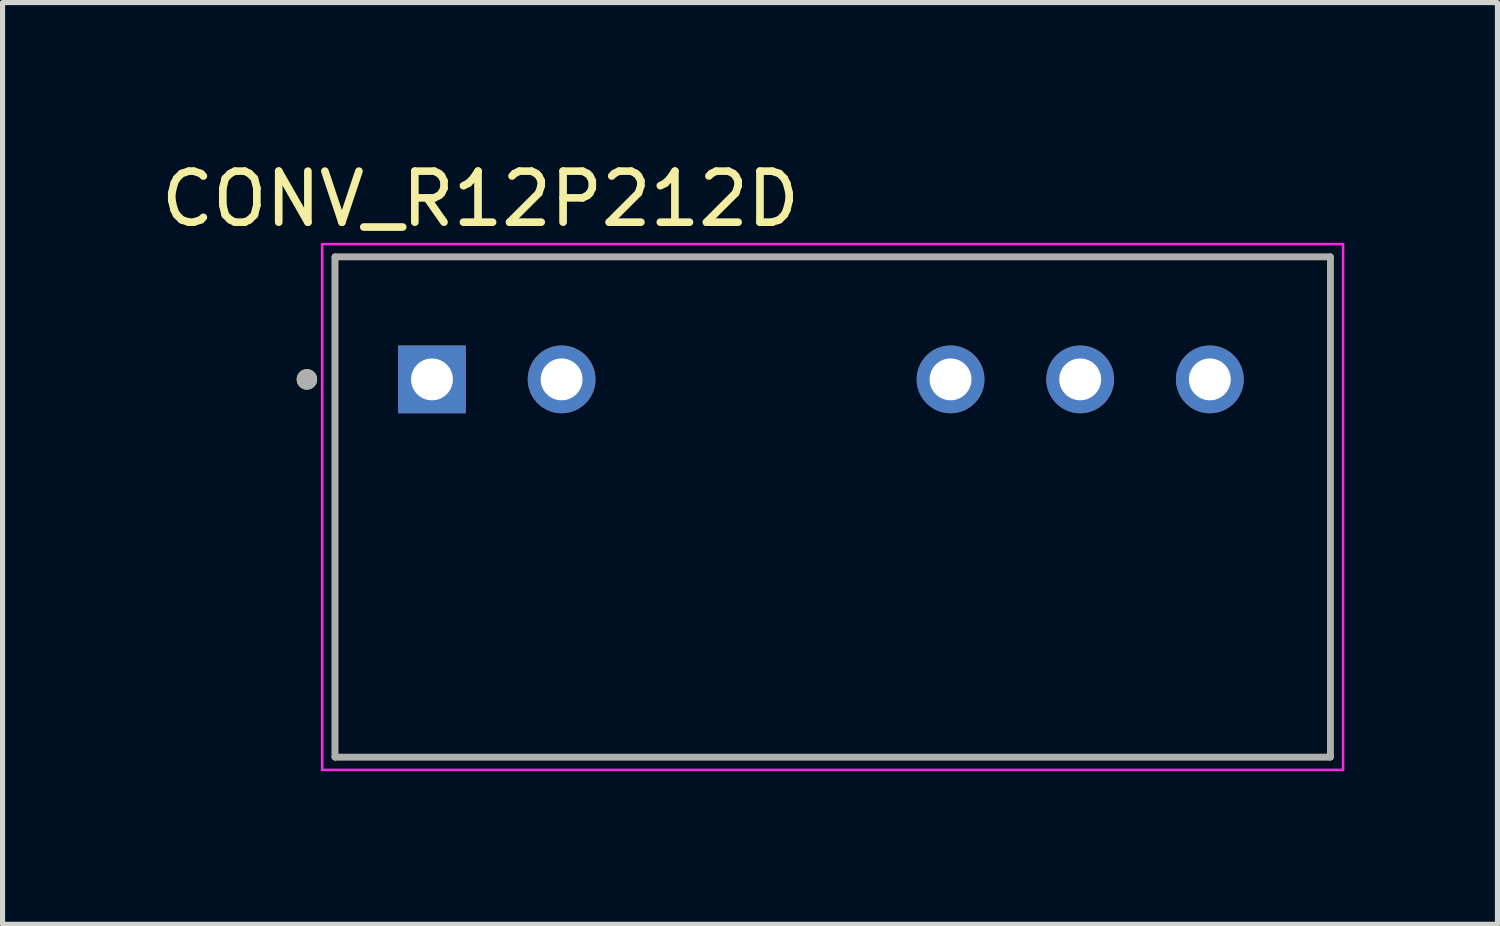
<source format=kicad_pcb>
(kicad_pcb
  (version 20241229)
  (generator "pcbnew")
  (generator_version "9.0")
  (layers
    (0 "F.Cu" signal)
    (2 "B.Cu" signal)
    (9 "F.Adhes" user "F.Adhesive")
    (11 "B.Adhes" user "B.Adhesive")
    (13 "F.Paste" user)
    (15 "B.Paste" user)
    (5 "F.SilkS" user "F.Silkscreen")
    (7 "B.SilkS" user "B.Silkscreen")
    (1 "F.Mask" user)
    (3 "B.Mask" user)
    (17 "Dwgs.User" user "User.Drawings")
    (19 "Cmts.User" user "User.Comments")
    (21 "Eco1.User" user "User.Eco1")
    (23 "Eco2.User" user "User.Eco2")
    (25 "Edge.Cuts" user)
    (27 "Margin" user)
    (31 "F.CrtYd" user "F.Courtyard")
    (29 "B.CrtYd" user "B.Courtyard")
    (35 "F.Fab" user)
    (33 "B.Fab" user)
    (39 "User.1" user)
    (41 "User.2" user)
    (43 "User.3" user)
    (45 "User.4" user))
  (footprint "CONV_R12P212D"
    (layer "F.Cu")
    (at 13.263 6.883)
    (property "Reference" "CONV_R12P212D" (at -6.9 -6.035 0) (layer "F.SilkS") (effects (font (size 1 1) (thickness 0.15))))
    (attr through_hole)
    (fp_line (start -9.75 -4.9) (end 9.75 -4.9) (stroke (width 0.127) (type solid)) (layer "F.SilkS"))
    (fp_line (start -9.75 4.9) (end -9.75 -4.9) (stroke (width 0.127) (type solid)) (layer "F.SilkS"))
    (fp_line (start 9.75 -4.9) (end 9.75 4.9) (stroke (width 0.127) (type solid)) (layer "F.SilkS"))
    (fp_line (start 9.75 4.9) (end -9.75 4.9) (stroke (width 0.127) (type solid)) (layer "F.SilkS"))
    (fp_circle (center -10.3 -2.5) (end -10.2 -2.5) (stroke (width 0.2) (type solid)) (fill no) (layer "F.SilkS"))
    (fp_line (start -10 -5.15) (end 10 -5.15) (stroke (width 0.05) (type solid)) (layer "F.CrtYd"))
    (fp_line (start -10 5.15) (end -10 -5.15) (stroke (width 0.05) (type solid)) (layer "F.CrtYd"))
    (fp_line (start 10 -5.15) (end 10 5.15) (stroke (width 0.05) (type solid)) (layer "F.CrtYd"))
    (fp_line (start 10 5.15) (end -10 5.15) (stroke (width 0.05) (type solid)) (layer "F.CrtYd"))
    (fp_line (start -9.75 -4.9) (end -9.75 4.9) (stroke (width 0.127) (type solid)) (layer "F.Fab"))
    (fp_line (start -9.75 4.9) (end 9.75 4.9) (stroke (width 0.127) (type solid)) (layer "F.Fab"))
    (fp_line (start 9.75 -4.9) (end -9.75 -4.9) (stroke (width 0.127) (type solid)) (layer "F.Fab"))
    (fp_line (start 9.75 4.9) (end 9.75 -4.9) (stroke (width 0.127) (type solid)) (layer "F.Fab"))
    (fp_circle (center -10.3 -2.5) (end -10.2 -2.5) (stroke (width 0.2) (type solid)) (fill no) (layer "F.Fab"))
    (pad "1" thru_hole rect (at -7.85 -2.5) (size 1.328 1.328) (drill 0.82) (layers "*.Cu" "*.Mask"))
    (pad "2" thru_hole circle (at -5.31 -2.5) (size 1.328 1.328) (drill 0.82) (layers "*.Cu" "*.Mask"))
    (pad "5" thru_hole circle (at 2.31 -2.5) (size 1.328 1.328) (drill 0.82) (layers "*.Cu" "*.Mask"))
    (pad "6" thru_hole circle (at 4.85 -2.5) (size 1.328 1.328) (drill 0.82) (layers "*.Cu" "*.Mask"))
    (pad "7" thru_hole circle (at 7.39 -2.5) (size 1.328 1.328) (drill 0.82) (layers "*.Cu" "*.Mask")))
  (gr_rect
    (start -3 -3)
    (end 26.288 15.058)
    (stroke (width 0.1) (type default))
    (fill no)
    (layer "Edge.Cuts")))
</source>
